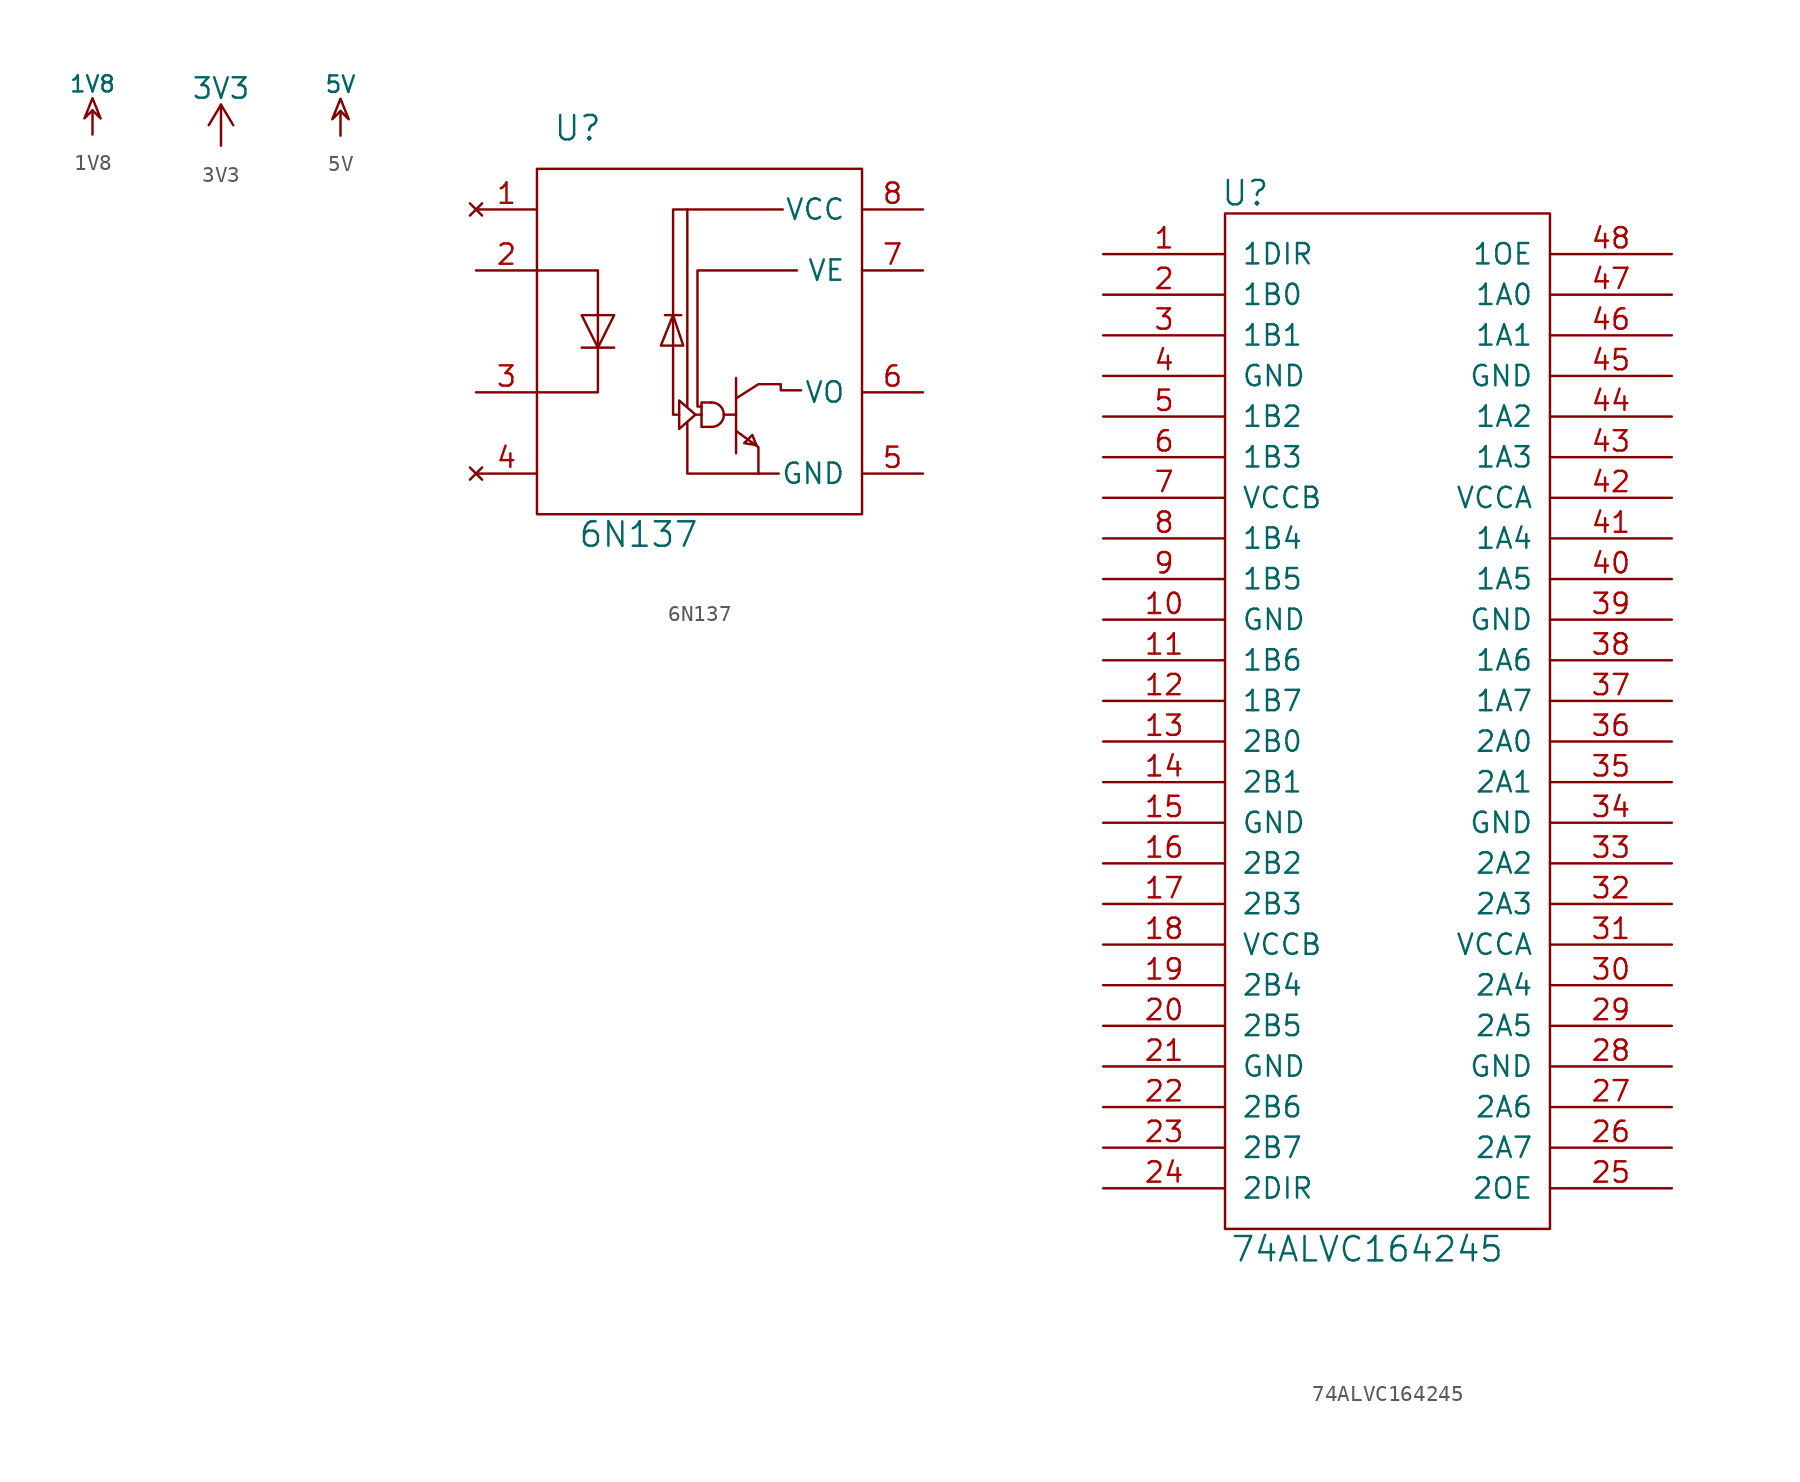
<source format=kicad_sym>
(kicad_symbol_lib
  (version 20211014)
  (generator kicad_symbol_editor)
  (symbol "1V8"
    (power)
    (pin_names
      (offset 0))
    (property "Reference" "#PWR"
      (at 0 2.54 0)
      (effects (font (size 1.016 1.016)) hide))
    (property "Value" "1V8"
      (at 0 3.175 0)
      (effects (font (size 1.016 1.016))))
    (property "Footprint" ""
      (at 0 0 0)
      (effects (font (size 1.524 1.524))))
    (property "Datasheet" ""
      (at 0 0 0)
      (effects (font (size 1.524 1.524))))
    (symbol "1V8_0_0"
      (pin power_in line (at 0 0 90) (length 0) hide (name "1V8" (effects (font (size 0.762 0.762)))) (number "1" (effects (font (size 0.762 0.762))))))
    (symbol "1V8_0_1"
      (polyline (pts (xy 0 1.524) (xy 0 0)) (stroke (width 0) (type default) (color 0 0 0 0)) (fill (type none)))
      (polyline (pts (xy 0 1.524) (xy 0.508 1.016) (xy 0 2.286) (xy -0.508 1.016) (xy 0 1.524) (xy 0 1.524)) (stroke (width 0) (type default) (color 0 0 0 0)) (fill (type none)))))
  (symbol "3V3"
    (power)
    (pin_names
      (offset 0))
    (property "Reference" "#PWR"
      (at 0 -3.81 0)
      (effects (font (size 1.27 1.27)) hide))
    (property "Value" "3V3"
      (at 0 3.556 0)
      (effects (font (size 1.27 1.27))))
    (property "Footprint" ""
      (at 0 0 0)
      (effects (font (size 1.27 1.27))))
    (property "Datasheet" ""
      (at 0 0 0)
      (effects (font (size 1.27 1.27))))
    (symbol "3V3_0_1"
      (polyline (pts (xy -0.762 1.27) (xy 0 2.54)) (stroke (width 0) (type default) (color 0 0 0 0)) (fill (type none)))
      (polyline (pts (xy 0 0) (xy 0 2.54)) (stroke (width 0) (type default) (color 0 0 0 0)) (fill (type none)))
      (polyline (pts (xy 0 2.54) (xy 0.762 1.27)) (stroke (width 0) (type default) (color 0 0 0 0)) (fill (type none))))
    (symbol "3V3_1_1"
      (pin power_in line (at 0 0 90) (length 0) hide (name "3V3" (effects (font (size 1.27 1.27)))) (number "1" (effects (font (size 1.27 1.27)))))))
  (symbol "5V"
    (power)
    (pin_names
      (offset 0))
    (property "Reference" "#PWR"
      (at 0 2.54 0)
      (effects (font (size 1.016 1.016)) hide))
    (property "Value" "5V"
      (at 0 3.175 0)
      (effects (font (size 1.016 1.016))))
    (property "Footprint" ""
      (at 0 0 0)
      (effects (font (size 1.524 1.524))))
    (property "Datasheet" ""
      (at 0 0 0)
      (effects (font (size 1.524 1.524))))
    (symbol "5V_0_0"
      (pin power_in line (at 0 0 90) (length 0) hide (name "5V" (effects (font (size 0.762 0.762)))) (number "1" (effects (font (size 0.762 0.762))))))
    (symbol "5V_0_1"
      (polyline (pts (xy 0 1.524) (xy 0 0)) (stroke (width 0) (type default) (color 0 0 0 0)) (fill (type none)))
      (polyline (pts (xy 0 1.524) (xy 0.508 1.016) (xy 0 2.286) (xy -0.508 1.016) (xy 0 1.524) (xy 0 1.524)) (stroke (width 0) (type default) (color 0 0 0 0)) (fill (type none)))))
  (symbol "6N137"
    (pin_names
      (offset 1.016))
    (property "Reference" "U"
      (at -7.62 12.7 0)
      (effects (font (size 1.524 1.524))))
    (property "Value" "6N137"
      (at -3.81 -12.7 0)
      (effects (font (size 1.524 1.524))))
    (property "Footprint" ""
      (at 0 0 0)
      (effects (font (size 1.524 1.524))))
    (property "Datasheet" ""
      (at 0 0 0)
      (effects (font (size 1.524 1.524))))
    (symbol "6N137_0_1"
      (rectangle (start -10.16 10.16) (end 10.16 -11.43) (stroke (width 0) (type default) (color 0 0 0 0)) (fill (type none)))
      (polyline (pts (xy -7.366 -1.016) (xy -5.334 -1.016)) (stroke (width 0) (type default) (color 0 0 0 0)) (fill (type none)))
      (polyline (pts (xy -2.159 1.016) (xy -1.143 1.016)) (stroke (width 0) (type default) (color 0 0 0 0)) (fill (type none)))
      (polyline (pts (xy -0.762 -4.699) (xy -0.762 7.62)) (stroke (width 0) (type default) (color 0 0 0 0)) (fill (type none)))
      (polyline (pts (xy 2.286 -5.207) (xy 1.524 -5.207)) (stroke (width 0) (type default) (color 0 0 0 0)) (fill (type none)))
      (polyline (pts (xy 2.286 -2.921) (xy 2.286 -7.62)) (stroke (width 0) (type default) (color 0 0 0 0)) (fill (type none)))
      (polyline (pts (xy 3.048 -6.731) (xy 2.794 -6.985) (xy 3.556 -7.112)) (stroke (width 0) (type default) (color 0 0 0 0)) (fill (type none)))
      (polyline (pts (xy 3.048 -6.731) (xy 3.302 -6.477) (xy 3.556 -7.112)) (stroke (width 0) (type default) (color 0 0 0 0)) (fill (type none)))
      (polyline (pts (xy 3.683 -8.89) (xy -0.762 -8.89) (xy -0.762 -5.715)) (stroke (width 0) (type default) (color 0 0 0 0)) (fill (type none)))
      (polyline (pts (xy -10.16 3.81) (xy -6.35 3.81) (xy -6.35 -3.81) (xy -10.16 -3.81)) (stroke (width 0) (type default) (color 0 0 0 0)) (fill (type none)))
      (polyline (pts (xy -6.35 -1.016) (xy -7.366 1.016) (xy -5.334 1.016) (xy -6.35 -1.016)) (stroke (width 0) (type default) (color 0 0 0 0)) (fill (type none)))
      (polyline (pts (xy -1.651 1.016) (xy -2.413 -0.889) (xy -1.016 -0.889) (xy -1.651 1.016)) (stroke (width 0) (type default) (color 0 0 0 0)) (fill (type none)))
      (polyline (pts (xy -1.27 -5.207) (xy -1.651 -5.207) (xy -1.651 7.62) (xy 5.207 7.62)) (stroke (width 0) (type default) (color 0 0 0 0)) (fill (type none)))
      (polyline (pts (xy 0.762 -4.445) (xy 0.127 -4.445) (xy 0.127 -5.969) (xy 0.762 -5.969)) (stroke (width 0) (type default) (color 0 0 0 0)) (fill (type none)))
      (polyline (pts (xy 4.953 -8.89) (xy 3.683 -8.89) (xy 3.683 -7.239) (xy 2.286 -6.223)) (stroke (width 0) (type default) (color 0 0 0 0)) (fill (type none)))
      (polyline (pts (xy 0.127 -5.207) (xy -0.254 -5.207) (xy -1.27 -4.318) (xy -1.27 -6.096) (xy -0.254 -5.207)) (stroke (width 0) (type default) (color 0 0 0 0)) (fill (type none)))
      (polyline (pts (xy 0.127 -4.699) (xy -0.127 -4.699) (xy -0.127 0.508) (xy -0.127 3.81) (xy 6.096 3.81)) (stroke (width 0) (type default) (color 0 0 0 0)) (fill (type none)))
      (polyline (pts (xy 2.286 -4.191) (xy 3.683 -3.302) (xy 5.08 -3.302) (xy 5.08 -3.683) (xy 6.35 -3.683)) (stroke (width 0) (type default) (color 0 0 0 0)) (fill (type none)))
      (arc (start 0.762 -5.969) (mid 1.3008 -5.7458) (end 1.524 -5.207) (stroke (width 0) (type default) (color 0 0 0 0)) (fill (type none)))
      (arc (start 1.524 -5.207) (mid 1.3008 -4.6682) (end 0.762 -4.445) (stroke (width 0) (type default) (color 0 0 0 0)) (fill (type none))))
    (symbol "6N137_1_1"
      (pin no_connect line (at -13.97 7.62 0) (length 3.81) (name "~" (effects (font (size 1.27 1.27)))) (number "1" (effects (font (size 1.27 1.27)))))
      (pin passive line (at -13.97 3.81 0) (length 3.81) (name "~" (effects (font (size 1.27 1.27)))) (number "2" (effects (font (size 1.27 1.27)))))
      (pin passive line (at -13.97 -3.81 0) (length 3.81) (name "~" (effects (font (size 1.27 1.27)))) (number "3" (effects (font (size 1.27 1.27)))))
      (pin no_connect line (at -13.97 -8.89 0) (length 3.81) (name "~" (effects (font (size 1.27 1.27)))) (number "4" (effects (font (size 1.27 1.27)))))
      (pin passive line (at 13.97 -8.89 180) (length 3.81) (name "GND" (effects (font (size 1.27 1.27)))) (number "5" (effects (font (size 1.27 1.27)))))
      (pin passive line (at 13.97 -3.81 180) (length 3.81) (name "VO" (effects (font (size 1.27 1.27)))) (number "6" (effects (font (size 1.27 1.27)))))
      (pin passive line (at 13.97 3.81 180) (length 3.81) (name "VE" (effects (font (size 1.27 1.27)))) (number "7" (effects (font (size 1.27 1.27)))))
      (pin passive line (at 13.97 7.62 180) (length 3.81) (name "VCC" (effects (font (size 1.27 1.27)))) (number "8" (effects (font (size 1.27 1.27)))))))
  (symbol "74ALVC164245"
    (pin_names
      (offset 1.016))
    (property "Reference" "U"
      (at -8.89 31.75 0)
      (effects (font (size 1.524 1.524))))
    (property "Value" "74ALVC164245"
      (at -1.27 -34.29 0)
      (effects (font (size 1.524 1.524))))
    (property "Footprint" ""
      (at 0 0 0)
      (effects (font (size 1.524 1.524))))
    (property "Datasheet" ""
      (at 0 0 0)
      (effects (font (size 1.524 1.524))))
    (symbol "74ALVC164245_0_1"
      (rectangle (start -10.16 30.48) (end 10.16 -33.02) (stroke (width 0) (type default) (color 0 0 0 0)) (fill (type none))))
    (symbol "74ALVC164245_1_1"
      (pin passive line (at -17.78 27.94 0) (length 7.62) (name "1DIR" (effects (font (size 1.27 1.27)))) (number "1" (effects (font (size 1.27 1.27)))))
      (pin passive line (at -17.78 5.08 0) (length 7.62) (name "GND" (effects (font (size 1.27 1.27)))) (number "10" (effects (font (size 1.27 1.27)))))
      (pin passive line (at -17.78 2.54 0) (length 7.62) (name "1B6" (effects (font (size 1.27 1.27)))) (number "11" (effects (font (size 1.27 1.27)))))
      (pin passive line (at -17.78 0 0) (length 7.62) (name "1B7" (effects (font (size 1.27 1.27)))) (number "12" (effects (font (size 1.27 1.27)))))
      (pin passive line (at -17.78 -2.54 0) (length 7.62) (name "2B0" (effects (font (size 1.27 1.27)))) (number "13" (effects (font (size 1.27 1.27)))))
      (pin passive line (at -17.78 -5.08 0) (length 7.62) (name "2B1" (effects (font (size 1.27 1.27)))) (number "14" (effects (font (size 1.27 1.27)))))
      (pin passive line (at -17.78 -7.62 0) (length 7.62) (name "GND" (effects (font (size 1.27 1.27)))) (number "15" (effects (font (size 1.27 1.27)))))
      (pin passive line (at -17.78 -10.16 0) (length 7.62) (name "2B2" (effects (font (size 1.27 1.27)))) (number "16" (effects (font (size 1.27 1.27)))))
      (pin passive line (at -17.78 -12.7 0) (length 7.62) (name "2B3" (effects (font (size 1.27 1.27)))) (number "17" (effects (font (size 1.27 1.27)))))
      (pin passive line (at -17.78 -15.24 0) (length 7.62) (name "VCCB" (effects (font (size 1.27 1.27)))) (number "18" (effects (font (size 1.27 1.27)))))
      (pin passive line (at -17.78 -17.78 0) (length 7.62) (name "2B4" (effects (font (size 1.27 1.27)))) (number "19" (effects (font (size 1.27 1.27)))))
      (pin passive line (at -17.78 25.4 0) (length 7.62) (name "1B0" (effects (font (size 1.27 1.27)))) (number "2" (effects (font (size 1.27 1.27)))))
      (pin passive line (at -17.78 -20.32 0) (length 7.62) (name "2B5" (effects (font (size 1.27 1.27)))) (number "20" (effects (font (size 1.27 1.27)))))
      (pin passive line (at -17.78 -22.86 0) (length 7.62) (name "GND" (effects (font (size 1.27 1.27)))) (number "21" (effects (font (size 1.27 1.27)))))
      (pin passive line (at -17.78 -25.4 0) (length 7.62) (name "2B6" (effects (font (size 1.27 1.27)))) (number "22" (effects (font (size 1.27 1.27)))))
      (pin passive line (at -17.78 -27.94 0) (length 7.62) (name "2B7" (effects (font (size 1.27 1.27)))) (number "23" (effects (font (size 1.27 1.27)))))
      (pin passive line (at -17.78 -30.48 0) (length 7.62) (name "2DIR" (effects (font (size 1.27 1.27)))) (number "24" (effects (font (size 1.27 1.27)))))
      (pin passive line (at 17.78 -30.48 180) (length 7.62) (name "2OE" (effects (font (size 1.27 1.27)))) (number "25" (effects (font (size 1.27 1.27)))))
      (pin passive line (at 17.78 -27.94 180) (length 7.62) (name "2A7" (effects (font (size 1.27 1.27)))) (number "26" (effects (font (size 1.27 1.27)))))
      (pin passive line (at 17.78 -25.4 180) (length 7.62) (name "2A6" (effects (font (size 1.27 1.27)))) (number "27" (effects (font (size 1.27 1.27)))))
      (pin passive line (at 17.78 -22.86 180) (length 7.62) (name "GND" (effects (font (size 1.27 1.27)))) (number "28" (effects (font (size 1.27 1.27)))))
      (pin passive line (at 17.78 -20.32 180) (length 7.62) (name "2A5" (effects (font (size 1.27 1.27)))) (number "29" (effects (font (size 1.27 1.27)))))
      (pin passive line (at -17.78 22.86 0) (length 7.62) (name "1B1" (effects (font (size 1.27 1.27)))) (number "3" (effects (font (size 1.27 1.27)))))
      (pin passive line (at 17.78 -17.78 180) (length 7.62) (name "2A4" (effects (font (size 1.27 1.27)))) (number "30" (effects (font (size 1.27 1.27)))))
      (pin passive line (at 17.78 -15.24 180) (length 7.62) (name "VCCA" (effects (font (size 1.27 1.27)))) (number "31" (effects (font (size 1.27 1.27)))))
      (pin passive line (at 17.78 -12.7 180) (length 7.62) (name "2A3" (effects (font (size 1.27 1.27)))) (number "32" (effects (font (size 1.27 1.27)))))
      (pin passive line (at 17.78 -10.16 180) (length 7.62) (name "2A2" (effects (font (size 1.27 1.27)))) (number "33" (effects (font (size 1.27 1.27)))))
      (pin passive line (at 17.78 -7.62 180) (length 7.62) (name "GND" (effects (font (size 1.27 1.27)))) (number "34" (effects (font (size 1.27 1.27)))))
      (pin passive line (at 17.78 -5.08 180) (length 7.62) (name "2A1" (effects (font (size 1.27 1.27)))) (number "35" (effects (font (size 1.27 1.27)))))
      (pin passive line (at 17.78 -2.54 180) (length 7.62) (name "2A0" (effects (font (size 1.27 1.27)))) (number "36" (effects (font (size 1.27 1.27)))))
      (pin passive line (at 17.78 0 180) (length 7.62) (name "1A7" (effects (font (size 1.27 1.27)))) (number "37" (effects (font (size 1.27 1.27)))))
      (pin passive line (at 17.78 2.54 180) (length 7.62) (name "1A6" (effects (font (size 1.27 1.27)))) (number "38" (effects (font (size 1.27 1.27)))))
      (pin passive line (at 17.78 5.08 180) (length 7.62) (name "GND" (effects (font (size 1.27 1.27)))) (number "39" (effects (font (size 1.27 1.27)))))
      (pin passive line (at -17.78 20.32 0) (length 7.62) (name "GND" (effects (font (size 1.27 1.27)))) (number "4" (effects (font (size 1.27 1.27)))))
      (pin passive line (at 17.78 7.62 180) (length 7.62) (name "1A5" (effects (font (size 1.27 1.27)))) (number "40" (effects (font (size 1.27 1.27)))))
      (pin passive line (at 17.78 10.16 180) (length 7.62) (name "1A4" (effects (font (size 1.27 1.27)))) (number "41" (effects (font (size 1.27 1.27)))))
      (pin passive line (at 17.78 12.7 180) (length 7.62) (name "VCCA" (effects (font (size 1.27 1.27)))) (number "42" (effects (font (size 1.27 1.27)))))
      (pin passive line (at 17.78 15.24 180) (length 7.62) (name "1A3" (effects (font (size 1.27 1.27)))) (number "43" (effects (font (size 1.27 1.27)))))
      (pin passive line (at 17.78 17.78 180) (length 7.62) (name "1A2" (effects (font (size 1.27 1.27)))) (number "44" (effects (font (size 1.27 1.27)))))
      (pin passive line (at 17.78 20.32 180) (length 7.62) (name "GND" (effects (font (size 1.27 1.27)))) (number "45" (effects (font (size 1.27 1.27)))))
      (pin passive line (at 17.78 22.86 180) (length 7.62) (name "1A1" (effects (font (size 1.27 1.27)))) (number "46" (effects (font (size 1.27 1.27)))))
      (pin passive line (at 17.78 25.4 180) (length 7.62) (name "1A0" (effects (font (size 1.27 1.27)))) (number "47" (effects (font (size 1.27 1.27)))))
      (pin passive line (at 17.78 27.94 180) (length 7.62) (name "1OE" (effects (font (size 1.27 1.27)))) (number "48" (effects (font (size 1.27 1.27)))))
      (pin passive line (at -17.78 17.78 0) (length 7.62) (name "1B2" (effects (font (size 1.27 1.27)))) (number "5" (effects (font (size 1.27 1.27)))))
      (pin passive line (at -17.78 15.24 0) (length 7.62) (name "1B3" (effects (font (size 1.27 1.27)))) (number "6" (effects (font (size 1.27 1.27)))))
      (pin passive line (at -17.78 12.7 0) (length 7.62) (name "VCCB" (effects (font (size 1.27 1.27)))) (number "7" (effects (font (size 1.27 1.27)))))
      (pin passive line (at -17.78 10.16 0) (length 7.62) (name "1B4" (effects (font (size 1.27 1.27)))) (number "8" (effects (font (size 1.27 1.27)))))
      (pin passive line (at -17.78 7.62 0) (length 7.62) (name "1B5" (effects (font (size 1.27 1.27)))) (number "9" (effects (font (size 1.27 1.27))))))))
</source>
